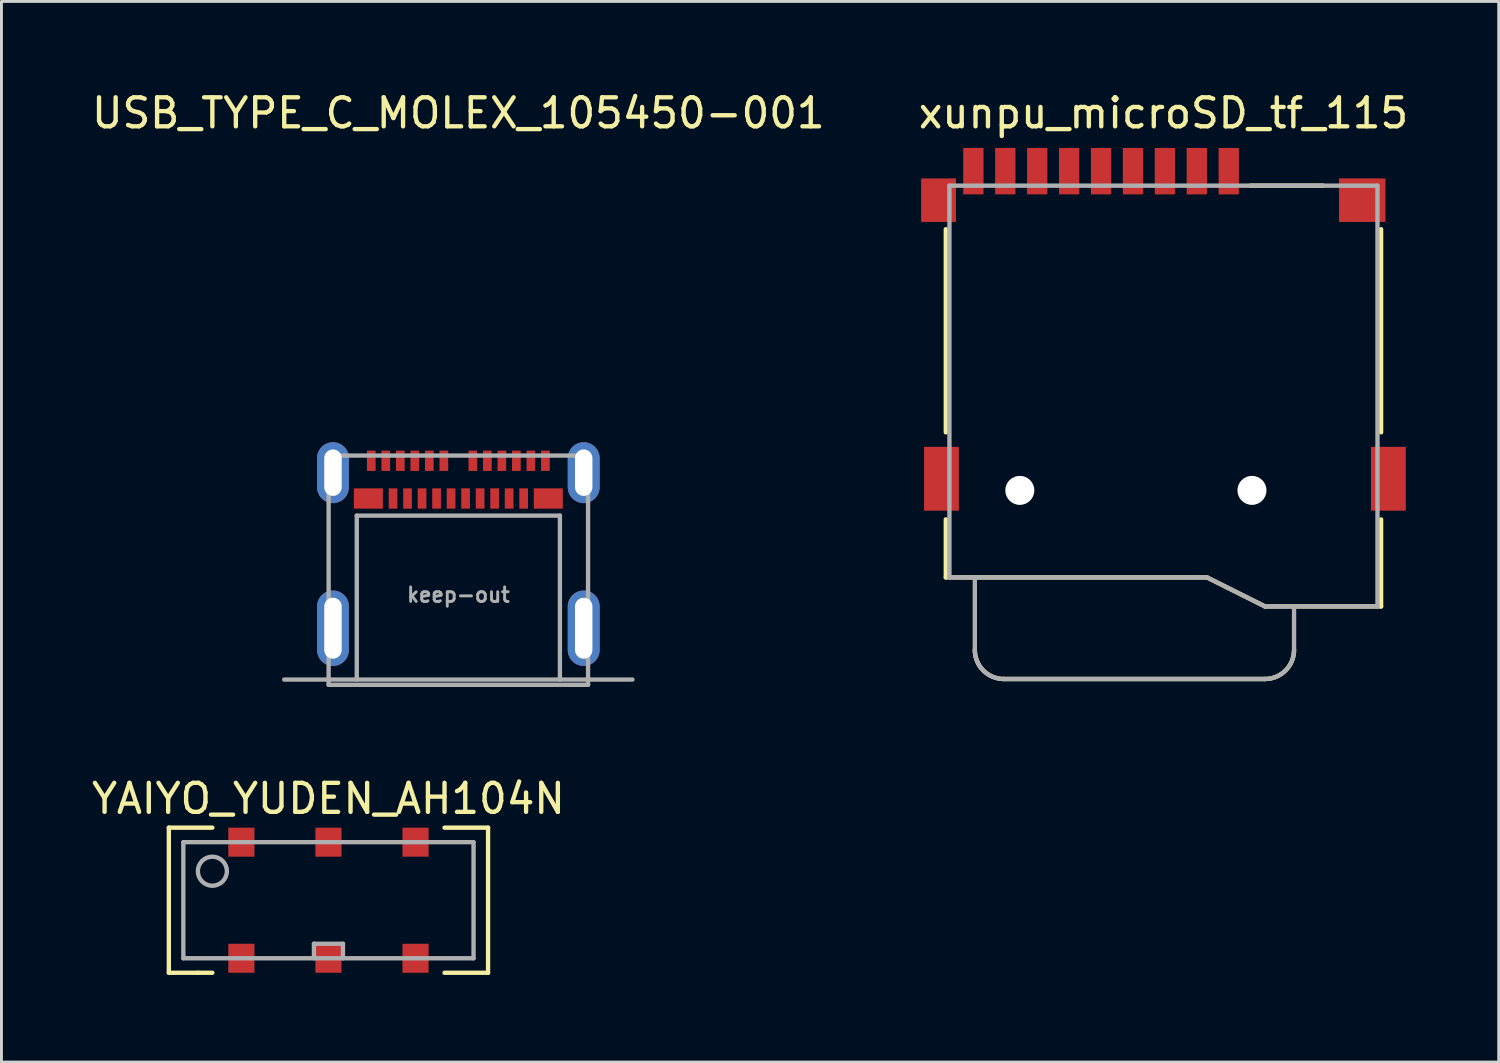
<source format=kicad_pcb>
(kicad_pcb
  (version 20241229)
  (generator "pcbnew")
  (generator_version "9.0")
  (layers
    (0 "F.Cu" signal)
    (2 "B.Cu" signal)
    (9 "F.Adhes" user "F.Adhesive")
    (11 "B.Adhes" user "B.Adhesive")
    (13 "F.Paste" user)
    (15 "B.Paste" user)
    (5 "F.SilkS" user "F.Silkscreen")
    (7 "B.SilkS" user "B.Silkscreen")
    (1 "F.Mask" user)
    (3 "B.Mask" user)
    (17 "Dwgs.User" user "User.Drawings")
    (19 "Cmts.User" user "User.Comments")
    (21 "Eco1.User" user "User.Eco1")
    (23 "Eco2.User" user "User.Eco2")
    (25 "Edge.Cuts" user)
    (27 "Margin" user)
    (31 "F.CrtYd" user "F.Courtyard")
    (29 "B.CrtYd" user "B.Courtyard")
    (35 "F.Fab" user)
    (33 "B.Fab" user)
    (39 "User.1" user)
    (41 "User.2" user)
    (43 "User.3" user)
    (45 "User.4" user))
  (footprint "xunpu_microSD_tf_115"
    (layer "F.Cu")
    (at 37.042 13.848)
    (property "Reference" "xunpu_microSD_tf_115" (at 0 -13 0) (layer "F.SilkS") (effects (font (size 1 1) (thickness 0.15))))
    (attr through_hole)
    (fp_line (start -7.5 -9) (end -7.5 -2) (stroke (width 0.15) (type solid)) (layer "F.SilkS"))
    (fp_line (start -7.5 3) (end -7.5 1) (stroke (width 0.15) (type solid)) (layer "F.SilkS"))
    (fp_line (start -5.5 6.5) (end 3.5 6.5) (stroke (width 0.15) (type solid)) (layer "F.SilkS"))
    (fp_line (start 1.5 3) (end -7.5 3) (stroke (width 0.15) (type solid)) (layer "F.SilkS"))
    (fp_line (start 3 -10.5) (end 5.5 -10.5) (stroke (width 0.15) (type solid)) (layer "F.SilkS"))
    (fp_line (start 3.5 4) (end 1.5 3) (stroke (width 0.15) (type solid)) (layer "F.SilkS"))
    (fp_line (start 7.5 -9) (end 7.5 -2) (stroke (width 0.15) (type solid)) (layer "F.SilkS"))
    (fp_line (start 7.5 1) (end 7.5 4) (stroke (width 0.15) (type solid)) (layer "F.SilkS"))
    (fp_line (start 7.5 4) (end 3.5 4) (stroke (width 0.15) (type solid)) (layer "F.SilkS"))
    (fp_arc (start -5.5 6.5) (mid -6.207107 6.207107) (end -6.5 5.5) (stroke (width 0.15) (type solid)) (layer "F.SilkS"))
    (fp_arc (start 4.5 5.5) (mid 4.207107 6.207107) (end 3.5 6.5) (stroke (width 0.15) (type solid)) (layer "F.SilkS"))
    (fp_line (start -7.375 -10.5) (end -7.375 3) (stroke (width 0.15) (type solid)) (layer "F.Fab"))
    (fp_line (start -7.375 -10.5) (end 7.375 -10.5) (stroke (width 0.15) (type solid)) (layer "F.Fab"))
    (fp_line (start -7.375 3) (end 1.5 3) (stroke (width 0.15) (type solid)) (layer "F.Fab"))
    (fp_line (start -6.5 5.5) (end -6.5 3) (stroke (width 0.15) (type solid)) (layer "F.Fab"))
    (fp_line (start -5.5 6.5) (end 3.5 6.5) (stroke (width 0.15) (type solid)) (layer "F.Fab"))
    (fp_line (start 1.5 3) (end 3.5 4) (stroke (width 0.15) (type solid)) (layer "F.Fab"))
    (fp_line (start 3.5 4) (end 7.375 4) (stroke (width 0.15) (type solid)) (layer "F.Fab"))
    (fp_line (start 4.5 5.5) (end 4.5 4) (stroke (width 0.15) (type solid)) (layer "F.Fab"))
    (fp_line (start 7.375 -10.5) (end 7.375 4) (stroke (width 0.15) (type solid)) (layer "F.Fab"))
    (fp_arc (start -5.5 6.5) (mid -6.207107 6.207107) (end -6.5 5.5) (stroke (width 0.15) (type solid)) (layer "F.Fab"))
    (fp_arc (start 4.5 5.5) (mid 4.207107 6.207107) (end 3.5 6.5) (stroke (width 0.15) (type solid)) (layer "F.Fab"))
    (pad "" np_thru_hole circle (at -4.95 0) (size 1 1) (drill 1) (layers "*.Cu" "*.Mask"))
    (pad "" np_thru_hole circle (at 3.05 0) (size 1 1) (drill 1) (layers "*.Cu" "*.Mask"))
    (pad "1" smd rect (at 2.25 -11) (size 0.7 1.6) (layers "F.Cu" "F.Mask" "F.Paste"))
    (pad "2" smd rect (at 1.15 -11) (size 0.7 1.6) (layers "F.Cu" "F.Mask" "F.Paste"))
    (pad "3" smd rect (at 0.05 -11) (size 0.7 1.6) (layers "F.Cu" "F.Mask" "F.Paste"))
    (pad "4" smd rect (at -1.05 -11) (size 0.7 1.6) (layers "F.Cu" "F.Mask" "F.Paste"))
    (pad "5" smd rect (at -2.15 -11) (size 0.7 1.6) (layers "F.Cu" "F.Mask" "F.Paste"))
    (pad "6" smd rect (at -3.25 -11) (size 0.7 1.6) (layers "F.Cu" "F.Mask" "F.Paste"))
    (pad "7" smd rect (at -4.35 -11) (size 0.7 1.6) (layers "F.Cu" "F.Mask" "F.Paste"))
    (pad "8" smd rect (at -5.45 -11) (size 0.7 1.6) (layers "F.Cu" "F.Mask" "F.Paste"))
    (pad "9" smd rect (at -6.55 -11) (size 0.7 1.6) (layers "F.Cu" "F.Mask" "F.Paste"))
    (pad "MP1" smd rect (at -7.75 -10) (size 1.2 1.5) (layers "F.Cu" "F.Mask" "F.Paste"))
    (pad "MP2" smd rect (at -7.65 -0.4) (size 1.2 2.2) (layers "F.Cu" "F.Mask" "F.Paste"))
    (pad "MP3" smd rect (at 7.75 -0.4) (size 1.2 2.2) (layers "F.Cu" "F.Mask" "F.Paste"))
    (pad "MP4" smd rect (at 6.85 -10) (size 1.6 1.5) (layers "F.Cu" "F.Mask" "F.Paste")))
  (footprint "USB_TYPE_C_MOLEX_105450-001"
    (layer "F.Cu")
    (at 12.744 15.848)
    (property "Reference" "USB_TYPE_C_MOLEX_105450-001" (at 0 -15 0) (layer "F.SilkS") (effects (font (size 1 1) (thickness 0.15))))
    (attr through_hole)
    (fp_line (start -6 4.52) (end 6 4.52) (stroke (width 0.15) (type solid)) (layer "F.Fab"))
    (fp_line (start -4.47 -3.2) (end -4.47 4.7) (stroke (width 0.15) (type solid)) (layer "F.Fab"))
    (fp_line (start -4.47 -3.2) (end 4.47 -3.2) (stroke (width 0.15) (type solid)) (layer "F.Fab"))
    (fp_line (start -4.47 4.7) (end 4.47 4.7) (stroke (width 0.15) (type solid)) (layer "F.Fab"))
    (fp_line (start -3.5 -1.13) (end -3.5 4.52) (stroke (width 0.15) (type solid)) (layer "F.Fab"))
    (fp_line (start -3.5 -1.13) (end 3.5 -1.13) (stroke (width 0.15) (type solid)) (layer "F.Fab"))
    (fp_line (start 3.5 -1.13) (end 3.5 4.52) (stroke (width 0.15) (type solid)) (layer "F.Fab"))
    (fp_line (start 4.47 -3.2) (end 4.47 4.7) (stroke (width 0.15) (type solid)) (layer "F.Fab"))
    (fp_text user "keep-out" (at 0 1.6 0) (layer "F.Fab") (effects (font (size 0.5 0.5) (thickness 0.1))))
    (pad "A1" smd rect (at -3 -3.02) (size 0.3 0.7) (layers "F.Cu" "F.Mask" "F.Paste"))
    (pad "A2" smd rect (at -2.5 -3.02) (size 0.3 0.7) (layers "F.Cu" "F.Mask" "F.Paste"))
    (pad "A3" smd rect (at -2 -3.02) (size 0.3 0.7) (layers "F.Cu" "F.Mask" "F.Paste"))
    (pad "A4" smd rect (at -1.5 -3.02) (size 0.3 0.7) (layers "F.Cu" "F.Mask" "F.Paste"))
    (pad "A5" smd rect (at -1 -3.02) (size 0.3 0.7) (layers "F.Cu" "F.Mask" "F.Paste"))
    (pad "A6" smd rect (at -0.5 -3.02) (size 0.3 0.7) (layers "F.Cu" "F.Mask" "F.Paste"))
    (pad "A7" smd rect (at 0.5 -3.02) (size 0.3 0.7) (layers "F.Cu" "F.Mask" "F.Paste"))
    (pad "A8" smd rect (at 1 -3.02) (size 0.3 0.7) (layers "F.Cu" "F.Mask" "F.Paste"))
    (pad "A9" smd rect (at 1.5 -3.02) (size 0.3 0.7) (layers "F.Cu" "F.Mask" "F.Paste"))
    (pad "A10" smd rect (at 2 -3.02) (size 0.3 0.7) (layers "F.Cu" "F.Mask" "F.Paste"))
    (pad "A11" smd rect (at 2.5 -3.02) (size 0.3 0.7) (layers "F.Cu" "F.Mask" "F.Paste"))
    (pad "A12" smd rect (at 3 -3.02) (size 0.3 0.7) (layers "F.Cu" "F.Mask" "F.Paste"))
    (pad "B1" smd rect (at 3.1 -1.72) (size 1 0.7) (layers "F.Cu" "F.Mask" "F.Paste"))
    (pad "B2" smd rect (at 2.25 -1.72) (size 0.3 0.7) (layers "F.Cu" "F.Mask" "F.Paste"))
    (pad "B3" smd rect (at 1.75 -1.72) (size 0.3 0.7) (layers "F.Cu" "F.Mask" "F.Paste"))
    (pad "B4" smd rect (at 1.25 -1.72) (size 0.3 0.7) (layers "F.Cu" "F.Mask" "F.Paste"))
    (pad "B5" smd rect (at 0.75 -1.72) (size 0.3 0.7) (layers "F.Cu" "F.Mask" "F.Paste"))
    (pad "B6" smd rect (at 0.25 -1.72) (size 0.3 0.7) (layers "F.Cu" "F.Mask" "F.Paste"))
    (pad "B7" smd rect (at -0.25 -1.72) (size 0.3 0.7) (layers "F.Cu" "F.Mask" "F.Paste"))
    (pad "B8" smd rect (at -0.75 -1.72) (size 0.3 0.7) (layers "F.Cu" "F.Mask" "F.Paste"))
    (pad "B9" smd rect (at -1.25 -1.72) (size 0.3 0.7) (layers "F.Cu" "F.Mask" "F.Paste"))
    (pad "B10" smd rect (at -1.75 -1.72) (size 0.3 0.7) (layers "F.Cu" "F.Mask" "F.Paste"))
    (pad "B11" smd rect (at -2.25 -1.72) (size 0.3 0.7) (layers "F.Cu" "F.Mask" "F.Paste"))
    (pad "B12" smd rect (at -3.1 -1.72) (size 1 0.7) (layers "F.Cu" "F.Mask" "F.Paste"))
    (pad "S1" thru_hole oval (at -4.32 -2.61) (size 1.1 2.1) (drill oval 0.6 1.6) (layers "*.Cu" "*.Mask"))
    (pad "S1" thru_hole oval (at -4.32 2.75) (size 1.1 2.6) (drill oval 0.6 2.1) (layers "*.Cu" "*.Mask"))
    (pad "S1" thru_hole oval (at 4.32 -2.61) (size 1.1 2.1) (drill oval 0.6 1.6) (layers "*.Cu" "*.Mask"))
    (pad "S1" thru_hole oval (at 4.32 2.75) (size 1.1 2.6) (drill oval 0.6 2.1) (layers "*.Cu" "*.Mask")))
  (footprint "YAIYO_YUDEN_AH104N"
    (layer "F.Cu")
    (at 8.268 27.971)
    (property "Reference" "YAIYO_YUDEN_AH104N" (at 0 -3.5 0) (layer "F.SilkS") (effects (font (size 1 1) (thickness 0.15))))
    (attr through_hole)
    (fp_line (start -5.5 -2.5) (end -5.5 2.5) (stroke (width 0.15) (type solid)) (layer "F.SilkS"))
    (fp_line (start -5.5 2.5) (end -4.5 2.5) (stroke (width 0.15) (type solid)) (layer "F.SilkS"))
    (fp_line (start -4 -2.5) (end -5.5 -2.5) (stroke (width 0.15) (type solid)) (layer "F.SilkS"))
    (fp_line (start -4 2.5) (end -4.5 2.5) (stroke (width 0.15) (type solid)) (layer "F.SilkS"))
    (fp_line (start 4 -2.5) (end 5.5 -2.5) (stroke (width 0.15) (type solid)) (layer "F.SilkS"))
    (fp_line (start 5.5 -2.5) (end 5.5 2.5) (stroke (width 0.15) (type solid)) (layer "F.SilkS"))
    (fp_line (start 5.5 2.5) (end 4 2.5) (stroke (width 0.15) (type solid)) (layer "F.SilkS"))
    (fp_line (start -5 -2) (end 5 -2) (stroke (width 0.15) (type solid)) (layer "F.Fab"))
    (fp_line (start -5 2) (end -5 -2) (stroke (width 0.15) (type solid)) (layer "F.Fab"))
    (fp_line (start -0.5 1.5) (end 0.5 1.5) (stroke (width 0.15) (type solid)) (layer "F.Fab"))
    (fp_line (start -0.5 2) (end -0.5 1.5) (stroke (width 0.15) (type solid)) (layer "F.Fab"))
    (fp_line (start 0.5 1.5) (end 0.5 2) (stroke (width 0.15) (type solid)) (layer "F.Fab"))
    (fp_line (start 5 -2) (end 5 2) (stroke (width 0.15) (type solid)) (layer "F.Fab"))
    (fp_line (start 5 2) (end -5 2) (stroke (width 0.15) (type solid)) (layer "F.Fab"))
    (fp_circle (center -4 -1) (end -3.5 -1) (stroke (width 0.15) (type solid)) (fill no) (layer "F.Fab"))
    (pad "1" smd rect (at 0 2) (size 0.9 1) (layers "F.Cu" "F.Mask" "F.Paste"))
    (pad "2" smd rect (at -3 -2) (size 0.9 1) (layers "F.Cu" "F.Mask" "F.Paste"))
    (pad "2" smd rect (at -3 2) (size 0.9 1) (layers "F.Cu" "F.Mask" "F.Paste"))
    (pad "2" smd rect (at 0 -2) (size 0.9 1) (layers "F.Cu" "F.Mask" "F.Paste"))
    (pad "2" smd rect (at 3 -2) (size 0.9 1) (layers "F.Cu" "F.Mask" "F.Paste"))
    (pad "2" smd rect (at 3 2) (size 0.9 1) (layers "F.Cu" "F.Mask" "F.Paste")))
  (gr_rect
    (start -3 -3)
    (end 48.595 33.547)
    (stroke (width 0.1) (type default))
    (fill no)
    (layer "Edge.Cuts")))
</source>
